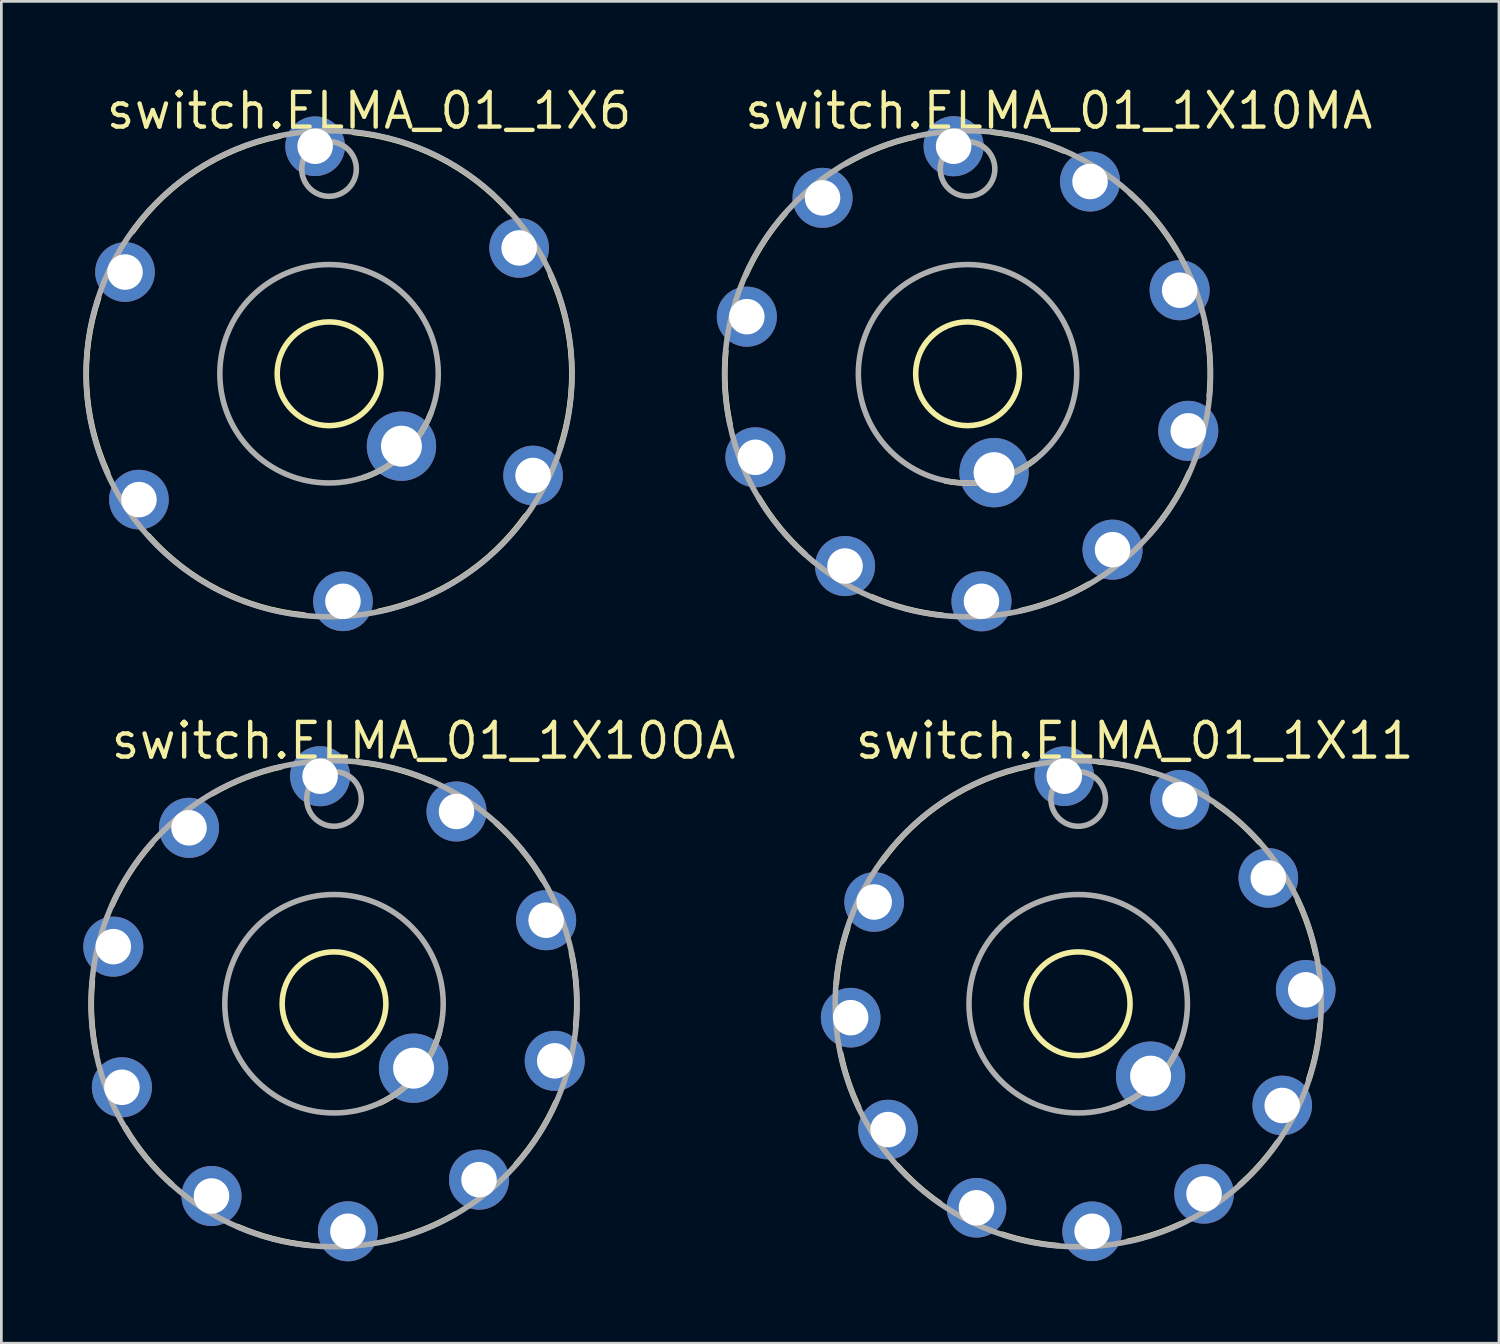
<source format=kicad_pcb>
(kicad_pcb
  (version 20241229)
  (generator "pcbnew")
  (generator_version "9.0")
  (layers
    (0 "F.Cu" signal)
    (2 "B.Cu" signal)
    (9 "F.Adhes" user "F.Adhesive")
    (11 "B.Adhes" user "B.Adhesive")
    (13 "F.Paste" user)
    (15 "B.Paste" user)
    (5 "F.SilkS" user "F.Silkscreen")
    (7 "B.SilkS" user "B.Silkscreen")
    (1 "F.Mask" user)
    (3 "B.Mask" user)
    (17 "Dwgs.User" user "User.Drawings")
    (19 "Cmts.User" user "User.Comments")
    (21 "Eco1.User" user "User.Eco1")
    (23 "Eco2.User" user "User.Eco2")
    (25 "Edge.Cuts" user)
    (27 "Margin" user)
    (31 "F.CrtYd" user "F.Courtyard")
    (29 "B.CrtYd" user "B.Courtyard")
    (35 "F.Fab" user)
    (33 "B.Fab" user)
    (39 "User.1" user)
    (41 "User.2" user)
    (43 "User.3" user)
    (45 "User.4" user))
  (footprint "switch.ELMA_01_1X6"
    (layer "F.Cu")
    (at 9.002 10.64)
    (property "Reference" "switch.ELMA_01_1X6" (at -8.255 -8.89 0) (layer "F.SilkS") (effects (font (size 1.27 1.27) (thickness 0.16)) (justify left bottom)))
    (attr through_hole)
    (fp_arc (start -8.1094 3.63) (mid -8.881614 0.459131) (end -8.4437 -2.7749) (stroke (width 0.2032) (type default)) (layer "F.SilkS"))
    (fp_arc (start -7.1983 -5.2079) (mid -4.838382 -7.462099) (end -1.8187 -8.6999) (stroke (width 0.2032) (type default)) (layer "F.SilkS"))
    (fp_arc (start -0.911 8.8379) (mid -4.043129 7.921237) (end -6.6249 5.925) (stroke (width 0.2032) (type default)) (layer "F.SilkS"))
    (fp_arc (start 0.911 -8.8379) (mid 4.043129 -7.921237) (end 6.6249 -5.925) (stroke (width 0.2032) (type default)) (layer "F.SilkS"))
    (fp_arc (start 3.725 1.45) (mid 2.760673 2.896765) (end 1.275 3.8) (stroke (width 0.2032) (type default)) (layer "F.SilkS"))
    (fp_arc (start 7.1983 5.2079) (mid 4.838382 7.462099) (end 1.8187 8.6999) (stroke (width 0.2032) (type default)) (layer "F.SilkS"))
    (fp_arc (start 8.1094 -3.63) (mid 8.881614 -0.459131) (end 8.4437 2.7749) (stroke (width 0.2032) (type default)) (layer "F.SilkS"))
    (fp_circle (center 0 0) (end 1.9 0) (stroke (width 0.203) (type default)) (fill no) (layer "F.SilkS"))
    (fp_circle (center 0 -7.5) (end 1 -7.5) (stroke (width 0.203) (type default)) (fill no) (layer "F.Fab"))
    (fp_circle (center 0 0) (end 4 0) (stroke (width 0.203) (type default)) (fill no) (layer "F.Fab"))
    (fp_circle (center 0 0) (end 8.9 0) (stroke (width 0.203) (type default)) (fill no) (layer "F.Fab"))
    (pad "1" thru_hole circle (at -0.51 -8.334) (size 2.184 2.184) (drill 1.3) (layers "*.Cu" "*.Mask"))
    (pad "3" thru_hole circle (at 6.963 -4.609 300) (size 2.184 2.184) (drill 1.3) (layers "*.Cu" "*.Mask"))
    (pad "5" thru_hole circle (at 7.473 3.726 240) (size 2.184 2.184) (drill 1.3) (layers "*.Cu" "*.Mask"))
    (pad "7" thru_hole circle (at 0.51 8.334 180) (size 2.184 2.184) (drill 1.3) (layers "*.Cu" "*.Mask"))
    (pad "9" thru_hole circle (at -6.963 4.609 120) (size 2.184 2.184) (drill 1.3) (layers "*.Cu" "*.Mask"))
    (pad "11" thru_hole circle (at -7.473 -3.726 60) (size 2.184 2.184) (drill 1.3) (layers "*.Cu" "*.Mask"))
    (pad "A" thru_hole circle (at 2.652 2.652 270) (size 2.54 2.54) (drill 1.5) (layers "*.Cu" "*.Mask")))
  (footprint "switch.ELMA_01_1X11"
    (layer "F.Cu")
    (at 36.441 33.714)
    (property "Reference" "switch.ELMA_01_1X11" (at -8.255 -8.89 0) (layer "F.SilkS") (effects (font (size 1.27 1.27) (thickness 0.16)) (justify left bottom)))
    (attr through_hole)
    (fp_arc (start -8.8594 -0.745) (mid -8.710827 -1.772089) (end -8.4437 -2.7749) (stroke (width 0.2032) (type default)) (layer "F.SilkS"))
    (fp_arc (start -8.045 3.7844) (mid -8.429848 2.820673) (end -8.6999 1.8187) (stroke (width 0.2032) (type default)) (layer "F.SilkS"))
    (fp_arc (start -7.1983 -5.2079) (mid -4.838382 -7.462099) (end -1.8187 -8.6999) (stroke (width 0.2032) (type default)) (layer "F.SilkS"))
    (fp_arc (start -5.075 7.3) (mid -5.890152 6.657762) (end -6.625 5.925) (stroke (width 0.2032) (type default)) (layer "F.SilkS"))
    (fp_arc (start -0.745 8.8594) (mid -1.77209 8.710829) (end -2.7749 8.4437) (stroke (width 0.2032) (type default)) (layer "F.SilkS"))
    (fp_arc (start 0.745 -8.8594) (mid 1.77209 -8.710829) (end 2.7749 -8.4437) (stroke (width 0.2032) (type default)) (layer "F.SilkS"))
    (fp_arc (start 3.725 1.45) (mid 2.760673 2.896765) (end 1.275 3.8) (stroke (width 0.2032) (type default)) (layer "F.SilkS"))
    (fp_arc (start 3.7844 8.045) (mid 2.820673 8.429848) (end 1.8187 8.6999) (stroke (width 0.2032) (type default)) (layer "F.SilkS"))
    (fp_arc (start 5.075 -7.3) (mid 5.890152 -6.657762) (end 6.625 -5.925) (stroke (width 0.2032) (type default)) (layer "F.SilkS"))
    (fp_arc (start 7.3 5.075) (mid 6.657761 5.890151) (end 5.925 6.625) (stroke (width 0.2032) (type default)) (layer "F.SilkS"))
    (fp_arc (start 8.045 -3.7844) (mid 8.429848 -2.820673) (end 8.6999 -1.8187) (stroke (width 0.2032) (type default)) (layer "F.SilkS"))
    (fp_arc (start 8.8594 0.745) (mid 8.710827 1.772089) (end 8.4437 2.7749) (stroke (width 0.2032) (type default)) (layer "F.SilkS"))
    (fp_circle (center 0 0) (end 1.9 0) (stroke (width 0.203) (type default)) (fill no) (layer "F.SilkS"))
    (fp_circle (center 0 -7.5) (end 1 -7.5) (stroke (width 0.203) (type default)) (fill no) (layer "F.Fab"))
    (fp_circle (center 0 0) (end 4 0) (stroke (width 0.203) (type default)) (fill no) (layer "F.Fab"))
    (fp_circle (center 0 0) (end 8.9 0) (stroke (width 0.203) (type default)) (fill no) (layer "F.Fab"))
    (pad "1" thru_hole circle (at -0.51 -8.334) (size 2.184 2.184) (drill 1.3) (layers "*.Cu" "*.Mask"))
    (pad "2" thru_hole circle (at 3.726 -7.473 330) (size 2.184 2.184) (drill 1.3) (layers "*.Cu" "*.Mask"))
    (pad "3" thru_hole circle (at 6.963 -4.609 300) (size 2.184 2.184) (drill 1.3) (layers "*.Cu" "*.Mask"))
    (pad "4" thru_hole circle (at 8.334 -0.51 270) (size 2.184 2.184) (drill 1.3) (layers "*.Cu" "*.Mask"))
    (pad "5" thru_hole circle (at 7.473 3.726 240) (size 2.184 2.184) (drill 1.3) (layers "*.Cu" "*.Mask"))
    (pad "6" thru_hole circle (at 4.609 6.963 210) (size 2.184 2.184) (drill 1.3) (layers "*.Cu" "*.Mask"))
    (pad "7" thru_hole circle (at 0.51 8.334 180) (size 2.184 2.184) (drill 1.3) (layers "*.Cu" "*.Mask"))
    (pad "8" thru_hole circle (at -3.726 7.473 150) (size 2.184 2.184) (drill 1.3) (layers "*.Cu" "*.Mask"))
    (pad "9" thru_hole circle (at -6.963 4.609 120) (size 2.184 2.184) (drill 1.3) (layers "*.Cu" "*.Mask"))
    (pad "10" thru_hole circle (at -8.334 0.51 90) (size 2.184 2.184) (drill 1.3) (layers "*.Cu" "*.Mask"))
    (pad "11" thru_hole circle (at -7.473 -3.726 60) (size 2.184 2.184) (drill 1.3) (layers "*.Cu" "*.Mask"))
    (pad "A" thru_hole circle (at 2.652 2.652) (size 2.54 2.54) (drill 1.5) (layers "*.Cu" "*.Mask")))
  (footprint "switch.ELMA_01_1X10OA"
    (layer "F.Cu")
    (at 9.184 33.714)
    (property "Reference" "switch.ELMA_01_1X10OA" (at -8.255 -8.89 0) (layer "F.SilkS") (effects (font (size 1.27 1.27) (thickness 0.16)) (justify left bottom)))
    (attr through_hole)
    (fp_arc (start -8.6981 1.8527) (mid -8.877002 0.519165) (end -8.8529 -0.8261) (stroke (width 0.2032) (type default)) (layer "F.SilkS"))
    (fp_arc (start -8.126 -3.6137) (mid -7.486872 -4.797771) (end -6.6766 -5.872) (stroke (width 0.2032) (type default)) (layer "F.SilkS"))
    (fp_arc (start -5.9479 6.6114) (mid -6.876469 5.637707) (end -7.6477 4.5352) (stroke (width 0.2032) (type default)) (layer "F.SilkS"))
    (fp_arc (start -4.45 -7.7) (mid -3.236944 -8.282227) (end -1.95 -8.675) (stroke (width 0.2032) (type default)) (layer "F.SilkS"))
    (fp_arc (start -0.9258 8.8448) (mid -2.249338 8.602845) (end -3.5213 8.1642) (stroke (width 0.2032) (type default)) (layer "F.SilkS"))
    (fp_arc (start 0.9256 -8.8445) (mid 2.249188 -8.60261) (end 3.5212 -8.164) (stroke (width 0.2032) (type default)) (layer "F.SilkS"))
    (fp_arc (start 3.8669 1.0122) (mid 3.075199 2.560142) (end 1.7032 3.6281) (stroke (width 0.2032) (type default)) (layer "F.SilkS"))
    (fp_arc (start 4.4498 7.6997) (mid 3.236844 8.28192) (end 1.95 8.6747) (stroke (width 0.2032) (type default)) (layer "F.SilkS"))
    (fp_arc (start 5.9476 -6.6113) (mid 6.876174 -5.637611) (end 7.6474 -4.5351) (stroke (width 0.2032) (type default)) (layer "F.SilkS"))
    (fp_arc (start 8.1257 3.6136) (mid 7.486613 4.797566) (end 6.6764 5.8717) (stroke (width 0.2032) (type default)) (layer "F.SilkS"))
    (fp_arc (start 8.6978 -1.8527) (mid 8.8767 -0.519216) (end 8.8526 0.826) (stroke (width 0.2032) (type default)) (layer "F.SilkS"))
    (fp_circle (center 0 0) (end 1.9 0) (stroke (width 0.203) (type default)) (fill no) (layer "F.SilkS"))
    (fp_circle (center 0 -7.5) (end 1 -7.5) (stroke (width 0.203) (type default)) (fill no) (layer "F.Fab"))
    (fp_circle (center 0 0) (end 4 0) (stroke (width 0.203) (type default)) (fill no) (layer "F.Fab"))
    (fp_circle (center 0 0) (end 8.9 0) (stroke (width 0.203) (type default)) (fill no) (layer "F.Fab"))
    (pad "1" thru_hole circle (at -0.51 -8.334 93.5) (size 2.2 2.2) (drill 1.3) (layers "*.Cu" "*.Mask"))
    (pad "2" thru_hole circle (at 4.487 -7.042 57.5) (size 2.2 2.2) (drill 1.3) (layers "*.Cu" "*.Mask"))
    (pad "3" thru_hole circle (at 7.769 -3.06 21.5) (size 2.2 2.2) (drill 1.3) (layers "*.Cu" "*.Mask"))
    (pad "4" thru_hole circle (at 8.084 2.091 345.5) (size 2.2 2.2) (drill 1.3) (layers "*.Cu" "*.Mask"))
    (pad "5" thru_hole circle (at 5.311 6.443 309.5) (size 2.2 2.2) (drill 1.3) (layers "*.Cu" "*.Mask"))
    (pad "6" thru_hole circle (at 0.51 8.334 273.5) (size 2.2 2.2) (drill 1.3) (layers "*.Cu" "*.Mask"))
    (pad "7" thru_hole circle (at -4.487 7.042 237.5) (size 2.2 2.2) (drill 1.3) (layers "*.Cu" "*.Mask"))
    (pad "8" thru_hole circle (at -7.769 3.06 201.5) (size 2.2 2.2) (drill 1.3) (layers "*.Cu" "*.Mask"))
    (pad "9" thru_hole circle (at -8.084 -2.091 165.5) (size 2.2 2.2) (drill 1.3) (layers "*.Cu" "*.Mask"))
    (pad "10" thru_hole circle (at -5.311 -6.443 129.5) (size 2.2 2.2) (drill 1.3) (layers "*.Cu" "*.Mask"))
    (pad "A" thru_hole circle (at 2.914 2.36) (size 2.54 2.54) (drill 1.5) (layers "*.Cu" "*.Mask")))
  (footprint "switch.ELMA_01_1X10MA"
    (layer "F.Cu")
    (at 32.388 10.64)
    (property "Reference" "switch.ELMA_01_1X10MA" (at -8.255 -8.89 0) (layer "F.SilkS") (effects (font (size 1.27 1.27) (thickness 0.16)) (justify left bottom)))
    (attr through_hole)
    (fp_arc (start -8.6981 1.8527) (mid -8.877002 0.519165) (end -8.8529 -0.8261) (stroke (width 0.2032) (type default)) (layer "F.SilkS"))
    (fp_arc (start -8.126 -3.6137) (mid -7.486872 -4.797771) (end -6.6766 -5.872) (stroke (width 0.2032) (type default)) (layer "F.SilkS"))
    (fp_arc (start -5.9479 6.6114) (mid -6.876469 5.637707) (end -7.6477 4.5352) (stroke (width 0.2032) (type default)) (layer "F.SilkS"))
    (fp_arc (start -4.45 -7.7) (mid -3.236944 -8.282227) (end -1.95 -8.675) (stroke (width 0.2032) (type default)) (layer "F.SilkS"))
    (fp_arc (start -0.9258 8.8448) (mid -2.249338 8.602845) (end -3.5213 8.1642) (stroke (width 0.2032) (type default)) (layer "F.SilkS"))
    (fp_arc (start 0.9256 -8.8445) (mid 2.249188 -8.60261) (end 3.5212 -8.164) (stroke (width 0.2032) (type default)) (layer "F.SilkS"))
    (fp_arc (start 2.49 3.1269) (mid 0.928829 3.892175) (end -0.8095 3.9255) (stroke (width 0.2032) (type default)) (layer "F.SilkS"))
    (fp_arc (start 4.4498 7.6997) (mid 3.236844 8.28192) (end 1.95 8.6747) (stroke (width 0.2032) (type default)) (layer "F.SilkS"))
    (fp_arc (start 5.9476 -6.6113) (mid 6.876174 -5.637611) (end 7.6474 -4.5351) (stroke (width 0.2032) (type default)) (layer "F.SilkS"))
    (fp_arc (start 8.1257 3.6136) (mid 7.486613 4.797566) (end 6.6764 5.8717) (stroke (width 0.2032) (type default)) (layer "F.SilkS"))
    (fp_arc (start 8.6978 -1.8527) (mid 8.8767 -0.519216) (end 8.8526 0.826) (stroke (width 0.2032) (type default)) (layer "F.SilkS"))
    (fp_circle (center 0 0) (end 1.9 0) (stroke (width 0.203) (type default)) (fill no) (layer "F.SilkS"))
    (fp_circle (center 0 -7.5) (end 1 -7.5) (stroke (width 0.203) (type default)) (fill no) (layer "F.Fab"))
    (fp_circle (center 0 0) (end 4 0) (stroke (width 0.203) (type default)) (fill no) (layer "F.Fab"))
    (fp_circle (center 0 0) (end 8.9 0) (stroke (width 0.203) (type default)) (fill no) (layer "F.Fab"))
    (pad "1" thru_hole circle (at -0.51 -8.334 93.5) (size 2.2 2.2) (drill 1.3) (layers "*.Cu" "*.Mask"))
    (pad "2" thru_hole circle (at 4.487 -7.042 57.5) (size 2.2 2.2) (drill 1.3) (layers "*.Cu" "*.Mask"))
    (pad "3" thru_hole circle (at 7.769 -3.06 21.5) (size 2.2 2.2) (drill 1.3) (layers "*.Cu" "*.Mask"))
    (pad "4" thru_hole circle (at 8.084 2.091 345.5) (size 2.2 2.2) (drill 1.3) (layers "*.Cu" "*.Mask"))
    (pad "5" thru_hole circle (at 5.311 6.443 309.5) (size 2.2 2.2) (drill 1.3) (layers "*.Cu" "*.Mask"))
    (pad "6" thru_hole circle (at 0.51 8.334 273.5) (size 2.2 2.2) (drill 1.3) (layers "*.Cu" "*.Mask"))
    (pad "7" thru_hole circle (at -4.487 7.042 237.5) (size 2.2 2.2) (drill 1.3) (layers "*.Cu" "*.Mask"))
    (pad "8" thru_hole circle (at -7.769 3.06 201.5) (size 2.2 2.2) (drill 1.3) (layers "*.Cu" "*.Mask"))
    (pad "9" thru_hole circle (at -8.084 -2.091 165.5) (size 2.2 2.2) (drill 1.3) (layers "*.Cu" "*.Mask"))
    (pad "10" thru_hole circle (at -5.311 -6.443 129.5) (size 2.2 2.2) (drill 1.3) (layers "*.Cu" "*.Mask"))
    (pad "A" thru_hole circle (at 0.971 3.622) (size 2.54 2.54) (drill 1.5) (layers "*.Cu" "*.Mask")))
  (gr_rect
    (start -3 -3)
    (end 51.853 46.149)
    (stroke (width 0.1) (type default))
    (fill no)
    (layer "Edge.Cuts")))
</source>
